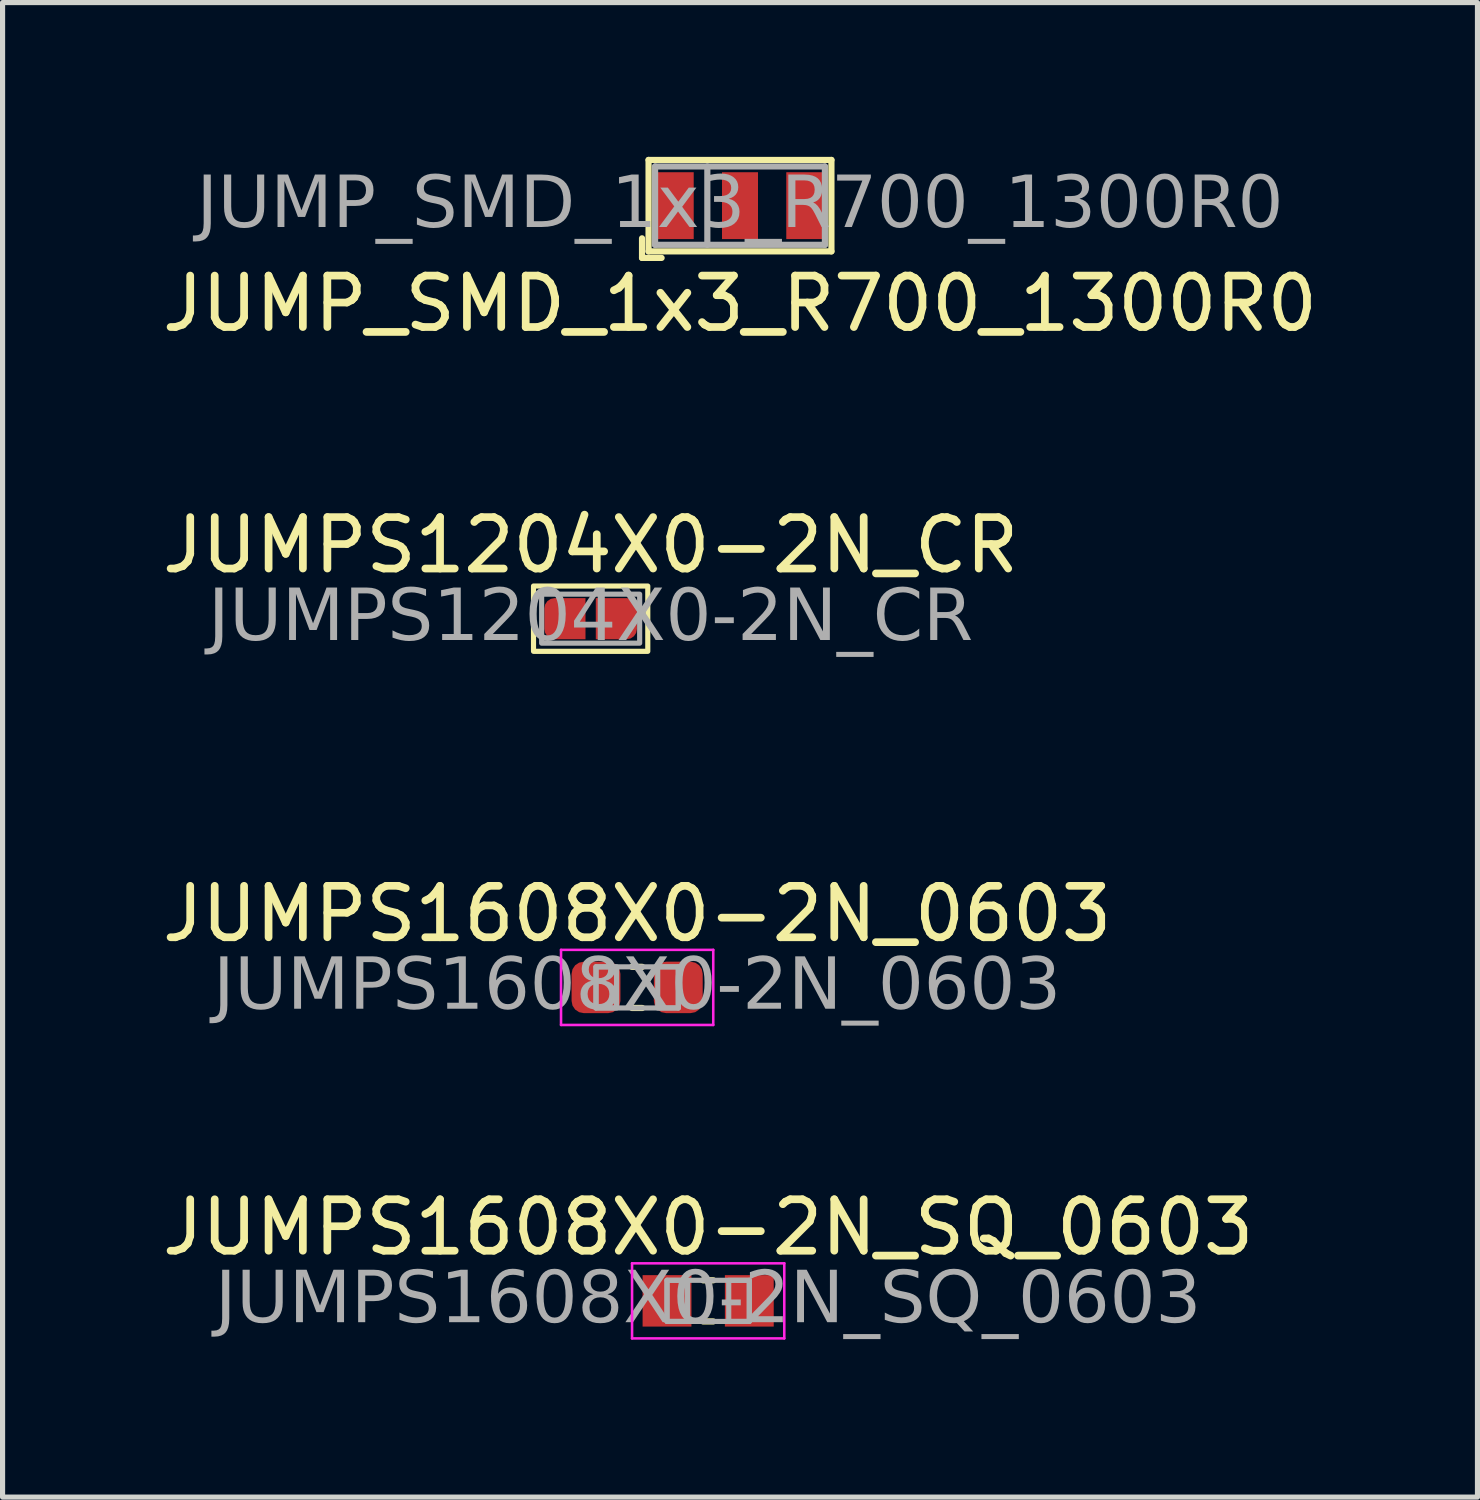
<source format=kicad_pcb>
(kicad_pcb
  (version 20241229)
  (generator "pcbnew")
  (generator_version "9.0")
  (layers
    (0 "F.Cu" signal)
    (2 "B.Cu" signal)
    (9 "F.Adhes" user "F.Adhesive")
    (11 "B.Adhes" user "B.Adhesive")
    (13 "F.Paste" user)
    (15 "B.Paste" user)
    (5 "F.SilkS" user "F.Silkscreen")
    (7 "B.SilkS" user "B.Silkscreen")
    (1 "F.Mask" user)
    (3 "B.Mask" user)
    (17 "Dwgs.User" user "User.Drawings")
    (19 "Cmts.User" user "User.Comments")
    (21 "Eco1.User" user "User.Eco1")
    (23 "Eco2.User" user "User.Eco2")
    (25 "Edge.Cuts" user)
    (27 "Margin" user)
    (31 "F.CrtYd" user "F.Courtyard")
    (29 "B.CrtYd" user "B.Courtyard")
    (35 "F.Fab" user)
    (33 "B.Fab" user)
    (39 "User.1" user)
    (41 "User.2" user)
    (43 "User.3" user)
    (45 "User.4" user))
  (footprint "JUMPS1204X0-2N_CR"
    (layer "F.Cu")
    (at 8.435 8.98)
    (property "Reference" "JUMPS1204X0-2N_CR" (at 0 -1.43 0) (layer "F.SilkS") (effects (font (size 1 1) (thickness 0.15))))
    (property "Label" "" (at 0 1.429 0) (layer "F.SilkS" knockout) (effects (font (size 1 1) (thickness 0.2) (bold yes))))
    (attr exclude_from_pos_files exclude_from_bom allow_missing_courtyard)
    (fp_rect (start -1.111 -0.635) (end 1.111 0.635) (stroke (width 0.1) (type default)) (fill no) (layer "F.SilkS"))
    (fp_rect (start -0.953 -0.476) (end 0.953 0.476) (stroke (width 0.1) (type default)) (fill no) (layer "F.Fab"))
    (fp_text user "${REFERENCE}" (at 0 0 0) (layer "F.Fab") (effects (font (face "Tahoma") (size 1 1) (thickness 0.15))))
    (pad "1" smd roundrect (at -0.5 0) (size 0.8 0.8) (layers "F.Cu" "F.Mask" "F.Paste") (roundrect_rratio 0.25) (chamfer_ratio 0) (chamfer top_right bottom_right))
    (pad "2" smd roundrect (at 0.5 0) (size 0.8 0.8) (layers "F.Cu" "F.Mask" "F.Paste") (roundrect_rratio 0.25) (chamfer_ratio 0) (chamfer top_left bottom_left)))
  (footprint "JUMPS1608X0-2N_0603"
    (layer "F.Cu")
    (at 9.339 16.15)
    (property "Reference" "JUMPS1608X0-2N_0603" (at 0 -1.43 0) (layer "F.SilkS") (effects (font (size 1 1) (thickness 0.15))))
    (attr exclude_from_pos_files exclude_from_bom)
    (fp_line (start -0.1 -0.4) (end 0.1 -0.4) (stroke (width 0.12) (type solid)) (layer "F.SilkS"))
    (fp_line (start -0.1 0.4) (end 0.1 0.4) (stroke (width 0.12) (type solid)) (layer "F.SilkS"))
    (fp_line (start -1.48 -0.73) (end 1.48 -0.73) (stroke (width 0.05) (type solid)) (layer "F.CrtYd"))
    (fp_line (start -1.48 0.73) (end -1.48 -0.73) (stroke (width 0.05) (type solid)) (layer "F.CrtYd"))
    (fp_line (start 1.48 -0.73) (end 1.48 0.73) (stroke (width 0.05) (type solid)) (layer "F.CrtYd"))
    (fp_line (start 1.48 0.73) (end -1.48 0.73) (stroke (width 0.05) (type solid)) (layer "F.CrtYd"))
    (fp_line (start -0.8 -0.4) (end 0.8 -0.4) (stroke (width 0.1) (type solid)) (layer "F.Fab"))
    (fp_line (start -0.8 0.4) (end -0.8 -0.4) (stroke (width 0.1) (type solid)) (layer "F.Fab"))
    (fp_line (start 0.8 -0.4) (end 0.8 0.4) (stroke (width 0.1) (type solid)) (layer "F.Fab"))
    (fp_line (start 0.8 0.4) (end -0.8 0.4) (stroke (width 0.1) (type solid)) (layer "F.Fab"))
    (fp_rect (start -0.8 -0.4) (end -0.4 0.4) (stroke (width 0.1) (type solid)) (fill no) (layer "F.Fab"))
    (fp_rect (start 0.8 0.4) (end 0.4 -0.4) (stroke (width 0.1) (type solid)) (fill no) (layer "F.Fab"))
    (fp_text user "${REFERENCE}" (at 0 0 0) (layer "F.Fab") (effects (font (face "Tahoma") (size 1 1) (thickness 0.15))))
    (pad "1" smd roundrect (at -0.8 0) (size 0.95 1) (layers "F.Cu" "F.Mask" "F.Paste") (roundrect_rratio 0.25))
    (pad "2" smd roundrect (at 0.8 0) (size 0.95 1) (layers "F.Cu" "F.Mask" "F.Paste") (roundrect_rratio 0.25)))
  (footprint "JUMPS1608X0-2N_SQ_0603"
    (layer "F.Cu")
    (at 10.72 22.245)
    (property "Reference" "JUMPS1608X0-2N_SQ_0603" (at 0 -1.43 0) (layer "F.SilkS") (effects (font (size 1 1) (thickness 0.15))))
    (attr exclude_from_pos_files exclude_from_bom)
    (fp_line (start -0.1 -0.4) (end 0.1 -0.4) (stroke (width 0.12) (type solid)) (layer "F.SilkS"))
    (fp_line (start -0.1 0.4) (end 0.1 0.4) (stroke (width 0.12) (type solid)) (layer "F.SilkS"))
    (fp_line (start -1.48 -0.73) (end 1.48 -0.73) (stroke (width 0.05) (type solid)) (layer "F.CrtYd"))
    (fp_line (start -1.48 0.73) (end -1.48 -0.73) (stroke (width 0.05) (type solid)) (layer "F.CrtYd"))
    (fp_line (start 1.48 -0.73) (end 1.48 0.73) (stroke (width 0.05) (type solid)) (layer "F.CrtYd"))
    (fp_line (start 1.48 0.73) (end -1.48 0.73) (stroke (width 0.05) (type solid)) (layer "F.CrtYd"))
    (fp_line (start -0.8 -0.4) (end 0.8 -0.4) (stroke (width 0.1) (type solid)) (layer "F.Fab"))
    (fp_line (start -0.8 0.4) (end -0.8 -0.4) (stroke (width 0.1) (type solid)) (layer "F.Fab"))
    (fp_line (start 0.8 -0.4) (end 0.8 0.4) (stroke (width 0.1) (type solid)) (layer "F.Fab"))
    (fp_line (start 0.8 0.4) (end -0.8 0.4) (stroke (width 0.1) (type solid)) (layer "F.Fab"))
    (fp_rect (start -0.8 -0.4) (end -0.4 0.4) (stroke (width 0.1) (type solid)) (fill no) (layer "F.Fab"))
    (fp_rect (start 0.8 0.4) (end 0.4 -0.4) (stroke (width 0.1) (type solid)) (fill no) (layer "F.Fab"))
    (fp_text user "${REFERENCE}" (at 0 0 0) (layer "F.Fab") (effects (font (face "Tahoma") (size 1 1) (thickness 0.15))))
    (pad "1" smd rect (at -0.8 0) (size 0.95 1) (layers "F.Cu" "F.Mask" "F.Paste"))
    (pad "2" smd rect (at 0.8 0) (size 0.95 1) (layers "F.Cu" "F.Mask" "F.Paste")))
  (footprint "JUMP_SMD_1x3_R700_1300R0"
    (layer "F.Cu")
    (at 11.339 0.949)
    (property "Reference" "JUMP_SMD_1x3_R700_1300R0" (at 0 1.905 0) (layer "F.SilkS") (effects (font (size 1 1) (thickness 0.15))))
    (attr smd exclude_from_pos_files exclude_from_bom allow_missing_courtyard)
    (fp_line (start -1.905 1.016) (end -1.905 0.635) (stroke (width 0.12) (type solid)) (layer "F.SilkS"))
    (fp_line (start -1.905 1.016) (end -1.524 1.016) (stroke (width 0.12) (type solid)) (layer "F.SilkS"))
    (fp_line (start -1.778 -0.889) (end -1.778 0.889) (stroke (width 0.12) (type solid)) (layer "F.SilkS"))
    (fp_line (start -1.778 -0.889) (end 1.778 -0.889) (stroke (width 0.12) (type solid)) (layer "F.SilkS"))
    (fp_line (start 1.778 -0.889) (end 1.778 0.889) (stroke (width 0.12) (type solid)) (layer "F.SilkS"))
    (fp_line (start 1.778 0.889) (end -1.778 0.889) (stroke (width 0.12) (type solid)) (layer "F.SilkS"))
    (fp_line (start -1.651 -0.762) (end -1.651 0.762) (stroke (width 0.12) (type solid)) (layer "F.Fab"))
    (fp_line (start -1.651 -0.762) (end 1.651 -0.762) (stroke (width 0.12) (type solid)) (layer "F.Fab"))
    (fp_line (start -1.651 0.762) (end 1.651 0.762) (stroke (width 0.12) (type solid)) (layer "F.Fab"))
    (fp_line (start -0.635 -0.762) (end -0.635 0.762) (stroke (width 0.12) (type solid)) (layer "F.Fab"))
    (fp_line (start 1.651 -0.762) (end 1.651 0.762) (stroke (width 0.12) (type solid)) (layer "F.Fab"))
    (fp_text user "${REFERENCE}" (at 0 0 0) (layer "F.Fab") (effects (font (face "Tahoma") (size 1 1) (thickness 0.15))))
    (pad "1" smd rect (at -1.25 0) (size 0.7 1.3) (layers "F.Cu" "F.Mask" "F.Paste"))
    (pad "2" smd rect (at 0 0) (size 0.7 1.3) (layers "F.Cu" "F.Mask" "F.Paste"))
    (pad "3" smd rect (at 1.25 0) (size 0.7 1.3) (layers "F.Cu" "F.Mask" "F.Paste")))
  (gr_rect
    (start -3 -3)
    (end 25.679 26.061)
    (stroke (width 0.1) (type default))
    (fill no)
    (layer "Edge.Cuts")))
</source>
